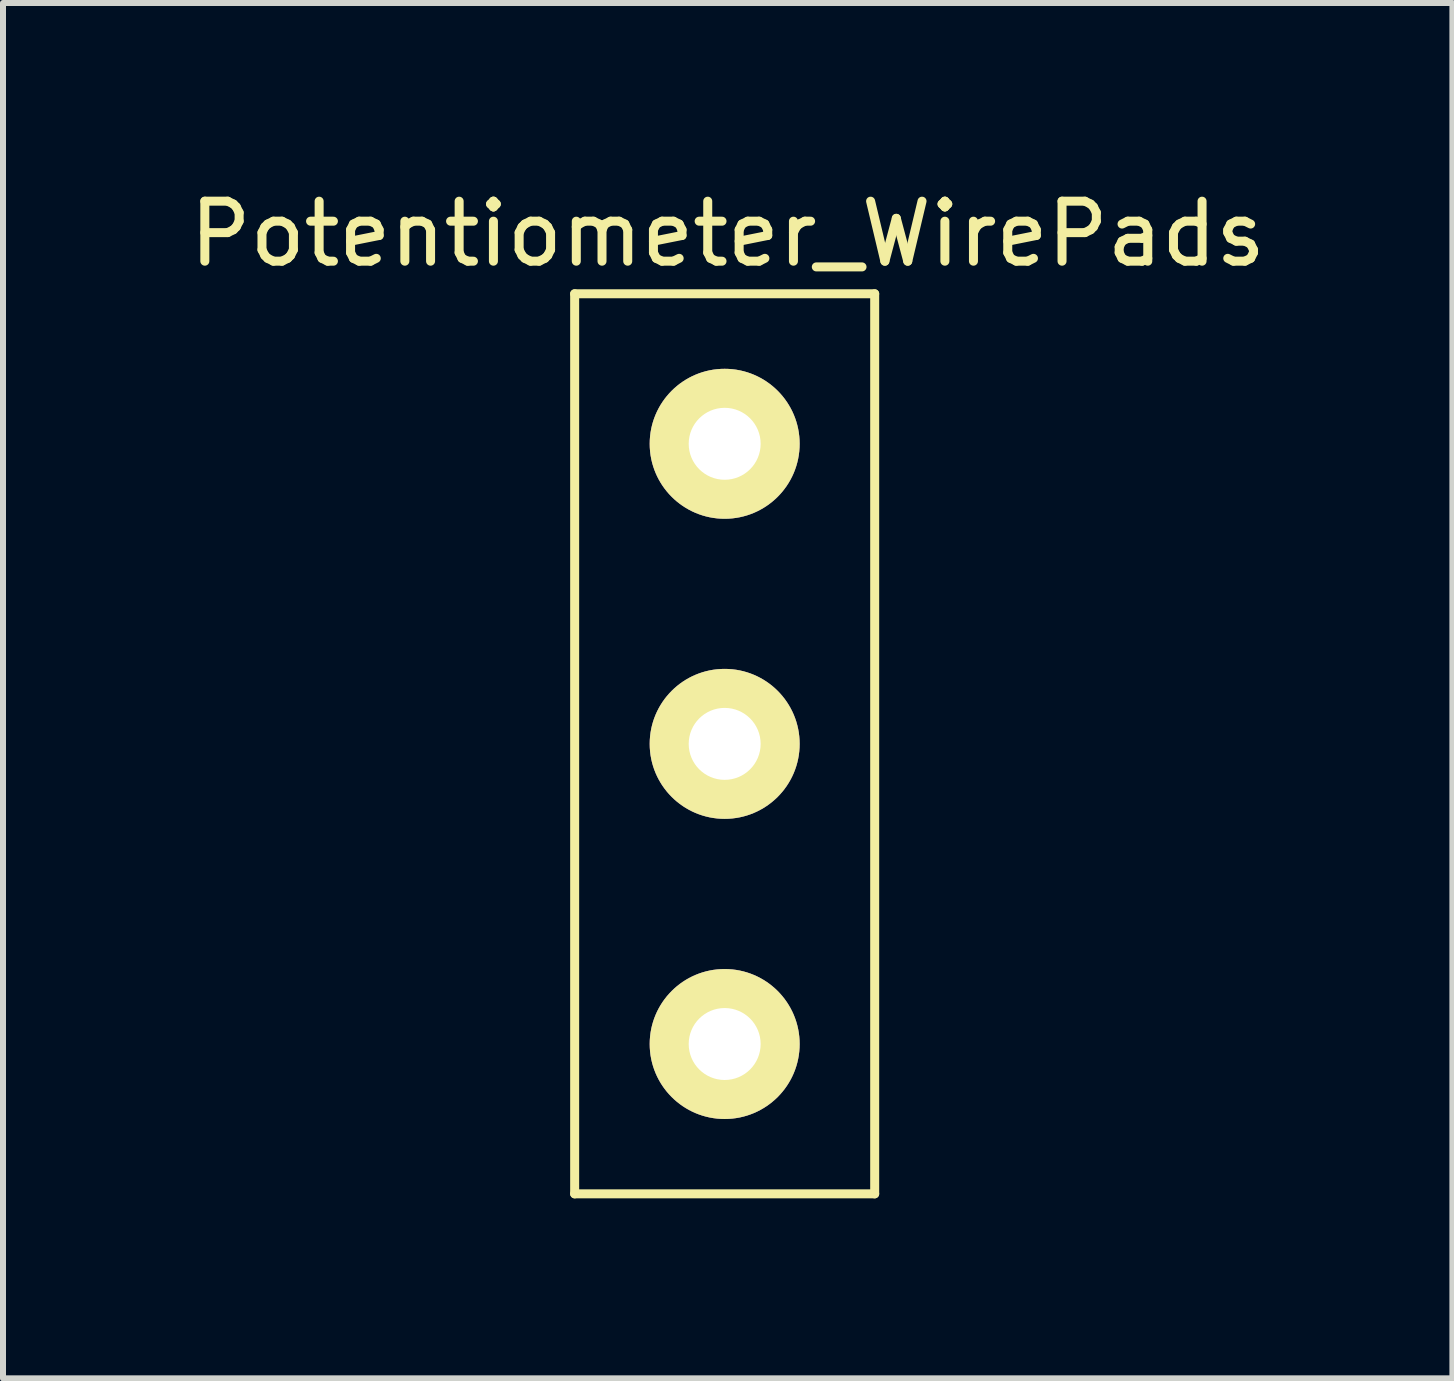
<source format=kicad_pcb>
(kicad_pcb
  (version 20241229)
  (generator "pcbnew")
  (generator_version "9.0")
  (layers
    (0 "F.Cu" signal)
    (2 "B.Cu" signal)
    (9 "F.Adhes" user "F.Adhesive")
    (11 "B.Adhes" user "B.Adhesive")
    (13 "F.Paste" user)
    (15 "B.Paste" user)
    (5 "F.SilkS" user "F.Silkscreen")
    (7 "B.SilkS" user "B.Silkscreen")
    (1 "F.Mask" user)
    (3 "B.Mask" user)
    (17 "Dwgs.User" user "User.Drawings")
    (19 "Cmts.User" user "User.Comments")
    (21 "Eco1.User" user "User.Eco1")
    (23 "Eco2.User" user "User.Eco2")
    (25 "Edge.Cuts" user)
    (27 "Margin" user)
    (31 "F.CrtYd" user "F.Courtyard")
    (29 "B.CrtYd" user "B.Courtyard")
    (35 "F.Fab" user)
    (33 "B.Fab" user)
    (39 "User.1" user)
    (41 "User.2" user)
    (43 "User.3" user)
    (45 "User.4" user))
  (footprint "Potentiometer_WirePads"
    (layer "F.Cu")
    (at 9.027 4.346)
    (property "Reference" "Potentiometer_WirePads" (at 0.051 -3.498 0) (layer "F.SilkS") (effects (font (size 1 1) (thickness 0.15))))
    (attr through_hole)
    (fp_line (start -2.5 -2.5) (end 2.5 -2.5) (stroke (width 0.15) (type solid)) (layer "F.SilkS"))
    (fp_line (start -2.5 12.5) (end -2.5 -2.5) (stroke (width 0.15) (type solid)) (layer "F.SilkS"))
    (fp_line (start 2.5 -2.5) (end 2.5 12.5) (stroke (width 0.15) (type solid)) (layer "F.SilkS"))
    (fp_line (start 2.5 12.5) (end -2.5 12.5) (stroke (width 0.15) (type solid)) (layer "F.SilkS"))
    (pad "1" thru_hole circle (at 0 0) (size 2.499 2.499) (drill 1.199) (layers "*.Cu" "*.Mask" "F.SilkS"))
    (pad "2" thru_hole circle (at 0 5.001) (size 2.499 2.499) (drill 1.199) (layers "*.Cu" "*.Mask" "F.SilkS"))
    (pad "3" thru_hole circle (at 0 10.003) (size 2.499 2.499) (drill 1.199) (layers "*.Cu" "*.Mask" "F.SilkS")))
  (gr_rect
    (start -3 -3)
    (end 21.155 19.921)
    (stroke (width 0.1) (type default))
    (fill no)
    (layer "Edge.Cuts")))
</source>
